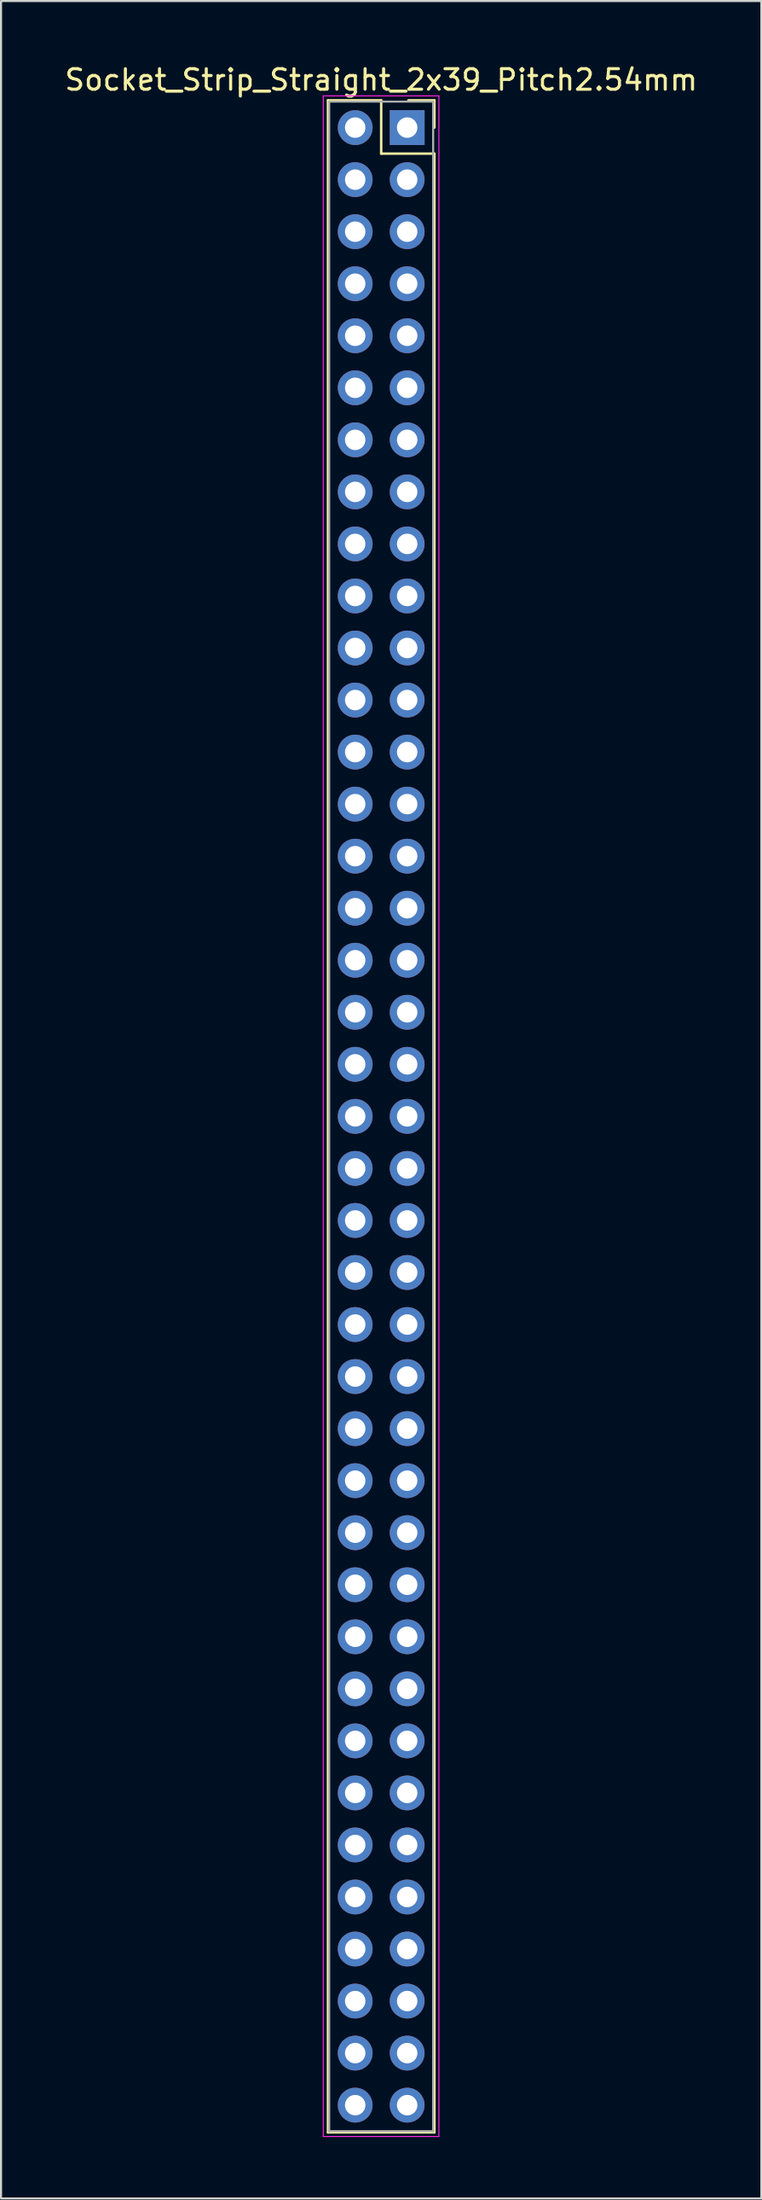
<source format=kicad_pcb>
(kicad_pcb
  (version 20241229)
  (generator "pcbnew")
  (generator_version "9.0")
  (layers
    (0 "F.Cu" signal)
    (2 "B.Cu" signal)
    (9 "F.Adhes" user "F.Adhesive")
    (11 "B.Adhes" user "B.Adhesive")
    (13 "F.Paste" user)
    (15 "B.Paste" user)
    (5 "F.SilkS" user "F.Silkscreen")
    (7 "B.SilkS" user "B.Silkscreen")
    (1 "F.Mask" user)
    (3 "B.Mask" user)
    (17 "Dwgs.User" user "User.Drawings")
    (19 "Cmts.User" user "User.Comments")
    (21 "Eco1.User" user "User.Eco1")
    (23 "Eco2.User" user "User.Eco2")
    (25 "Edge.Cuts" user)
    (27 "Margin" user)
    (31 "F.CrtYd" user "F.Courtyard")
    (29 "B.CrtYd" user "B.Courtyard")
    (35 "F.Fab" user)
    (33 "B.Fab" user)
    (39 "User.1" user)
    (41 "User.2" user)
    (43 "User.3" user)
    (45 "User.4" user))
  (footprint "Socket_Strip_Straight_2x39_Pitch2.54mm"
    (layer "F.Cu")
    (at 16.847 3.178)
    (property "Reference" "Socket_Strip_Straight_2x39_Pitch2.54mm" (at -1.27 -2.33 0) (layer "F.SilkS") (effects (font (size 1 1) (thickness 0.15))))
    (attr through_hole)
    (fp_line (start -3.87 -1.33) (end -1.27 -1.33) (stroke (width 0.12) (type solid)) (layer "F.SilkS"))
    (fp_line (start -3.87 97.85) (end -3.87 -1.33) (stroke (width 0.12) (type solid)) (layer "F.SilkS"))
    (fp_line (start -1.27 -1.33) (end -1.27 1.27) (stroke (width 0.12) (type solid)) (layer "F.SilkS"))
    (fp_line (start -1.27 1.27) (end 1.33 1.27) (stroke (width 0.12) (type solid)) (layer "F.SilkS"))
    (fp_line (start 1.33 -1.33) (end 0.06 -1.33) (stroke (width 0.12) (type solid)) (layer "F.SilkS"))
    (fp_line (start 1.33 0) (end 1.33 -1.33) (stroke (width 0.12) (type solid)) (layer "F.SilkS"))
    (fp_line (start 1.33 1.27) (end 1.33 97.85) (stroke (width 0.12) (type solid)) (layer "F.SilkS"))
    (fp_line (start 1.33 97.85) (end -3.87 97.85) (stroke (width 0.12) (type solid)) (layer "F.SilkS"))
    (fp_line (start -4.1 -1.55) (end -4.1 98.05) (stroke (width 0.05) (type solid)) (layer "F.CrtYd"))
    (fp_line (start -4.1 98.05) (end 1.55 98.05) (stroke (width 0.05) (type solid)) (layer "F.CrtYd"))
    (fp_line (start 1.55 -1.55) (end -4.1 -1.55) (stroke (width 0.05) (type solid)) (layer "F.CrtYd"))
    (fp_line (start 1.55 98.05) (end 1.55 -1.55) (stroke (width 0.05) (type solid)) (layer "F.CrtYd"))
    (fp_line (start -3.81 -1.27) (end -3.81 97.79) (stroke (width 0.1) (type solid)) (layer "F.Fab"))
    (fp_line (start -3.81 97.79) (end 1.27 97.79) (stroke (width 0.1) (type solid)) (layer "F.Fab"))
    (fp_line (start 1.27 -1.27) (end -3.81 -1.27) (stroke (width 0.1) (type solid)) (layer "F.Fab"))
    (fp_line (start 1.27 97.79) (end 1.27 -1.27) (stroke (width 0.1) (type solid)) (layer "F.Fab"))
    (pad "1" thru_hole rect (at 0 0) (size 1.7 1.7) (drill 1) (layers "*.Cu" "*.Mask"))
    (pad "2" thru_hole oval (at -2.54 0) (size 1.7 1.7) (drill 1) (layers "*.Cu" "*.Mask"))
    (pad "3" thru_hole oval (at 0 2.54) (size 1.7 1.7) (drill 1) (layers "*.Cu" "*.Mask"))
    (pad "4" thru_hole oval (at -2.54 2.54) (size 1.7 1.7) (drill 1) (layers "*.Cu" "*.Mask"))
    (pad "5" thru_hole oval (at 0 5.08) (size 1.7 1.7) (drill 1) (layers "*.Cu" "*.Mask"))
    (pad "6" thru_hole oval (at -2.54 5.08) (size 1.7 1.7) (drill 1) (layers "*.Cu" "*.Mask"))
    (pad "7" thru_hole oval (at 0 7.62) (size 1.7 1.7) (drill 1) (layers "*.Cu" "*.Mask"))
    (pad "8" thru_hole oval (at -2.54 7.62) (size 1.7 1.7) (drill 1) (layers "*.Cu" "*.Mask"))
    (pad "9" thru_hole oval (at 0 10.16) (size 1.7 1.7) (drill 1) (layers "*.Cu" "*.Mask"))
    (pad "10" thru_hole oval (at -2.54 10.16) (size 1.7 1.7) (drill 1) (layers "*.Cu" "*.Mask"))
    (pad "11" thru_hole oval (at 0 12.7) (size 1.7 1.7) (drill 1) (layers "*.Cu" "*.Mask"))
    (pad "12" thru_hole oval (at -2.54 12.7) (size 1.7 1.7) (drill 1) (layers "*.Cu" "*.Mask"))
    (pad "13" thru_hole oval (at 0 15.24) (size 1.7 1.7) (drill 1) (layers "*.Cu" "*.Mask"))
    (pad "14" thru_hole oval (at -2.54 15.24) (size 1.7 1.7) (drill 1) (layers "*.Cu" "*.Mask"))
    (pad "15" thru_hole oval (at 0 17.78) (size 1.7 1.7) (drill 1) (layers "*.Cu" "*.Mask"))
    (pad "16" thru_hole oval (at -2.54 17.78) (size 1.7 1.7) (drill 1) (layers "*.Cu" "*.Mask"))
    (pad "17" thru_hole oval (at 0 20.32) (size 1.7 1.7) (drill 1) (layers "*.Cu" "*.Mask"))
    (pad "18" thru_hole oval (at -2.54 20.32) (size 1.7 1.7) (drill 1) (layers "*.Cu" "*.Mask"))
    (pad "19" thru_hole oval (at 0 22.86) (size 1.7 1.7) (drill 1) (layers "*.Cu" "*.Mask"))
    (pad "20" thru_hole oval (at -2.54 22.86) (size 1.7 1.7) (drill 1) (layers "*.Cu" "*.Mask"))
    (pad "21" thru_hole oval (at 0 25.4) (size 1.7 1.7) (drill 1) (layers "*.Cu" "*.Mask"))
    (pad "22" thru_hole oval (at -2.54 25.4) (size 1.7 1.7) (drill 1) (layers "*.Cu" "*.Mask"))
    (pad "23" thru_hole oval (at 0 27.94) (size 1.7 1.7) (drill 1) (layers "*.Cu" "*.Mask"))
    (pad "24" thru_hole oval (at -2.54 27.94) (size 1.7 1.7) (drill 1) (layers "*.Cu" "*.Mask"))
    (pad "25" thru_hole oval (at 0 30.48) (size 1.7 1.7) (drill 1) (layers "*.Cu" "*.Mask"))
    (pad "26" thru_hole oval (at -2.54 30.48) (size 1.7 1.7) (drill 1) (layers "*.Cu" "*.Mask"))
    (pad "27" thru_hole oval (at 0 33.02) (size 1.7 1.7) (drill 1) (layers "*.Cu" "*.Mask"))
    (pad "28" thru_hole oval (at -2.54 33.02) (size 1.7 1.7) (drill 1) (layers "*.Cu" "*.Mask"))
    (pad "29" thru_hole oval (at 0 35.56) (size 1.7 1.7) (drill 1) (layers "*.Cu" "*.Mask"))
    (pad "30" thru_hole oval (at -2.54 35.56) (size 1.7 1.7) (drill 1) (layers "*.Cu" "*.Mask"))
    (pad "31" thru_hole oval (at 0 38.1) (size 1.7 1.7) (drill 1) (layers "*.Cu" "*.Mask"))
    (pad "32" thru_hole oval (at -2.54 38.1) (size 1.7 1.7) (drill 1) (layers "*.Cu" "*.Mask"))
    (pad "33" thru_hole oval (at 0 40.64) (size 1.7 1.7) (drill 1) (layers "*.Cu" "*.Mask"))
    (pad "34" thru_hole oval (at -2.54 40.64) (size 1.7 1.7) (drill 1) (layers "*.Cu" "*.Mask"))
    (pad "35" thru_hole oval (at 0 43.18) (size 1.7 1.7) (drill 1) (layers "*.Cu" "*.Mask"))
    (pad "36" thru_hole oval (at -2.54 43.18) (size 1.7 1.7) (drill 1) (layers "*.Cu" "*.Mask"))
    (pad "37" thru_hole oval (at 0 45.72) (size 1.7 1.7) (drill 1) (layers "*.Cu" "*.Mask"))
    (pad "38" thru_hole oval (at -2.54 45.72) (size 1.7 1.7) (drill 1) (layers "*.Cu" "*.Mask"))
    (pad "39" thru_hole oval (at 0 48.26) (size 1.7 1.7) (drill 1) (layers "*.Cu" "*.Mask"))
    (pad "40" thru_hole oval (at -2.54 48.26) (size 1.7 1.7) (drill 1) (layers "*.Cu" "*.Mask"))
    (pad "41" thru_hole oval (at 0 50.8) (size 1.7 1.7) (drill 1) (layers "*.Cu" "*.Mask"))
    (pad "42" thru_hole oval (at -2.54 50.8) (size 1.7 1.7) (drill 1) (layers "*.Cu" "*.Mask"))
    (pad "43" thru_hole oval (at 0 53.34) (size 1.7 1.7) (drill 1) (layers "*.Cu" "*.Mask"))
    (pad "44" thru_hole oval (at -2.54 53.34) (size 1.7 1.7) (drill 1) (layers "*.Cu" "*.Mask"))
    (pad "45" thru_hole oval (at 0 55.88) (size 1.7 1.7) (drill 1) (layers "*.Cu" "*.Mask"))
    (pad "46" thru_hole oval (at -2.54 55.88) (size 1.7 1.7) (drill 1) (layers "*.Cu" "*.Mask"))
    (pad "47" thru_hole oval (at 0 58.42) (size 1.7 1.7) (drill 1) (layers "*.Cu" "*.Mask"))
    (pad "48" thru_hole oval (at -2.54 58.42) (size 1.7 1.7) (drill 1) (layers "*.Cu" "*.Mask"))
    (pad "49" thru_hole oval (at 0 60.96) (size 1.7 1.7) (drill 1) (layers "*.Cu" "*.Mask"))
    (pad "50" thru_hole oval (at -2.54 60.96) (size 1.7 1.7) (drill 1) (layers "*.Cu" "*.Mask"))
    (pad "51" thru_hole oval (at 0 63.5) (size 1.7 1.7) (drill 1) (layers "*.Cu" "*.Mask"))
    (pad "52" thru_hole oval (at -2.54 63.5) (size 1.7 1.7) (drill 1) (layers "*.Cu" "*.Mask"))
    (pad "53" thru_hole oval (at 0 66.04) (size 1.7 1.7) (drill 1) (layers "*.Cu" "*.Mask"))
    (pad "54" thru_hole oval (at -2.54 66.04) (size 1.7 1.7) (drill 1) (layers "*.Cu" "*.Mask"))
    (pad "55" thru_hole oval (at 0 68.58) (size 1.7 1.7) (drill 1) (layers "*.Cu" "*.Mask"))
    (pad "56" thru_hole oval (at -2.54 68.58) (size 1.7 1.7) (drill 1) (layers "*.Cu" "*.Mask"))
    (pad "57" thru_hole oval (at 0 71.12) (size 1.7 1.7) (drill 1) (layers "*.Cu" "*.Mask"))
    (pad "58" thru_hole oval (at -2.54 71.12) (size 1.7 1.7) (drill 1) (layers "*.Cu" "*.Mask"))
    (pad "59" thru_hole oval (at 0 73.66) (size 1.7 1.7) (drill 1) (layers "*.Cu" "*.Mask"))
    (pad "60" thru_hole oval (at -2.54 73.66) (size 1.7 1.7) (drill 1) (layers "*.Cu" "*.Mask"))
    (pad "61" thru_hole oval (at 0 76.2) (size 1.7 1.7) (drill 1) (layers "*.Cu" "*.Mask"))
    (pad "62" thru_hole oval (at -2.54 76.2) (size 1.7 1.7) (drill 1) (layers "*.Cu" "*.Mask"))
    (pad "63" thru_hole oval (at 0 78.74) (size 1.7 1.7) (drill 1) (layers "*.Cu" "*.Mask"))
    (pad "64" thru_hole oval (at -2.54 78.74) (size 1.7 1.7) (drill 1) (layers "*.Cu" "*.Mask"))
    (pad "65" thru_hole oval (at 0 81.28) (size 1.7 1.7) (drill 1) (layers "*.Cu" "*.Mask"))
    (pad "66" thru_hole oval (at -2.54 81.28) (size 1.7 1.7) (drill 1) (layers "*.Cu" "*.Mask"))
    (pad "67" thru_hole oval (at 0 83.82) (size 1.7 1.7) (drill 1) (layers "*.Cu" "*.Mask"))
    (pad "68" thru_hole oval (at -2.54 83.82) (size 1.7 1.7) (drill 1) (layers "*.Cu" "*.Mask"))
    (pad "69" thru_hole oval (at 0 86.36) (size 1.7 1.7) (drill 1) (layers "*.Cu" "*.Mask"))
    (pad "70" thru_hole oval (at -2.54 86.36) (size 1.7 1.7) (drill 1) (layers "*.Cu" "*.Mask"))
    (pad "71" thru_hole oval (at 0 88.9) (size 1.7 1.7) (drill 1) (layers "*.Cu" "*.Mask"))
    (pad "72" thru_hole oval (at -2.54 88.9) (size 1.7 1.7) (drill 1) (layers "*.Cu" "*.Mask"))
    (pad "73" thru_hole oval (at 0 91.44) (size 1.7 1.7) (drill 1) (layers "*.Cu" "*.Mask"))
    (pad "74" thru_hole oval (at -2.54 91.44) (size 1.7 1.7) (drill 1) (layers "*.Cu" "*.Mask"))
    (pad "75" thru_hole oval (at 0 93.98) (size 1.7 1.7) (drill 1) (layers "*.Cu" "*.Mask"))
    (pad "76" thru_hole oval (at -2.54 93.98) (size 1.7 1.7) (drill 1) (layers "*.Cu" "*.Mask"))
    (pad "77" thru_hole oval (at 0 96.52) (size 1.7 1.7) (drill 1) (layers "*.Cu" "*.Mask"))
    (pad "78" thru_hole oval (at -2.54 96.52) (size 1.7 1.7) (drill 1) (layers "*.Cu" "*.Mask")))
  (gr_rect
    (start -3 -3)
    (end 34.155 104.253)
    (stroke (width 0.1) (type default))
    (fill no)
    (layer "Edge.Cuts")))
</source>
